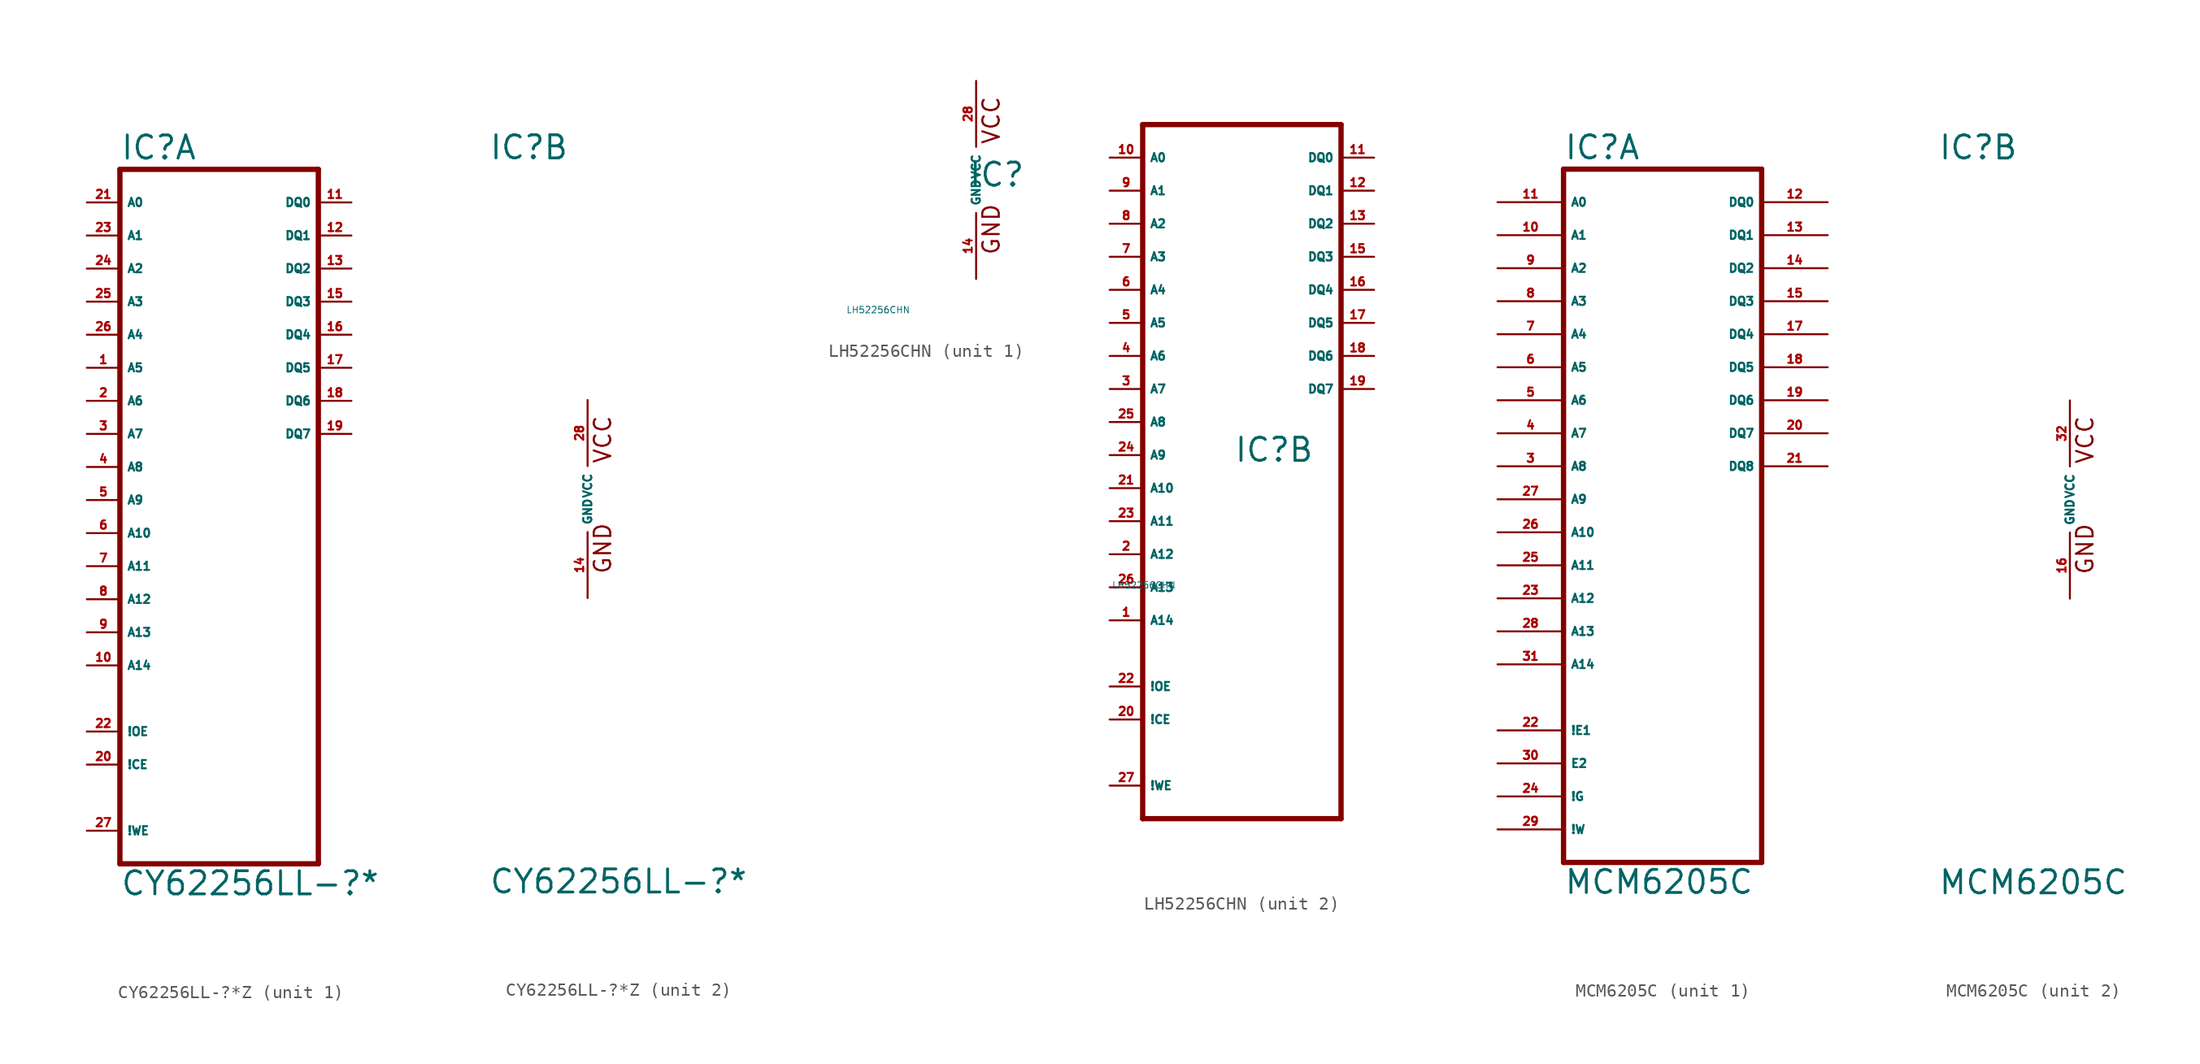
<source format=kicad_sym>
(kicad_symbol_lib
  (version 20220914)
  (generator Eagle2Kicad)
  (symbol "CY62256LL-?*Z"
    (property "Reference" "IC"
      (at -7.62 26.035 0)
      (effects (font (size 1.778 1.778) (thickness 0.22)) (justify left bottom)))
    (property "Value" "CY62256LL-?*"
      (at -7.62 -30.48 0)
      (effects (font (size 1.778 1.778) (thickness 0.22)) (justify left bottom)))
    (symbol "CY62256LL-?*Z_1_0"
      (polyline (pts (xy -7.62 25.4) (xy -7.62 -27.94)) (stroke (width 0.406) (type default)) (fill (type none)))
      (polyline (pts (xy 7.62 -27.94) (xy -7.62 -27.94)) (stroke (width 0.406) (type default)) (fill (type none)))
      (polyline (pts (xy 7.62 -27.94) (xy 7.62 25.4)) (stroke (width 0.406) (type default)) (fill (type none)))
      (polyline (pts (xy -7.62 25.4) (xy 7.62 25.4)) (stroke (width 0.406) (type default)) (fill (type none)))
      (pin input line (at -10.16 22.86 0) (length 2.54) (name "A0" (effects (font (size 0.635 0.635) (thickness 0.08)) (justify left bottom))) (number "21" (effects (font (size 0.635 0.635) (thickness 0.08)) (justify left bottom))))
      (pin input line (at -10.16 20.32 0) (length 2.54) (name "A1" (effects (font (size 0.635 0.635) (thickness 0.08)) (justify left bottom))) (number "23" (effects (font (size 0.635 0.635) (thickness 0.08)) (justify left bottom))))
      (pin input line (at -10.16 17.78 0) (length 2.54) (name "A2" (effects (font (size 0.635 0.635) (thickness 0.08)) (justify left bottom))) (number "24" (effects (font (size 0.635 0.635) (thickness 0.08)) (justify left bottom))))
      (pin input line (at -10.16 15.24 0) (length 2.54) (name "A3" (effects (font (size 0.635 0.635) (thickness 0.08)) (justify left bottom))) (number "25" (effects (font (size 0.635 0.635) (thickness 0.08)) (justify left bottom))))
      (pin input line (at -10.16 12.7 0) (length 2.54) (name "A4" (effects (font (size 0.635 0.635) (thickness 0.08)) (justify left bottom))) (number "26" (effects (font (size 0.635 0.635) (thickness 0.08)) (justify left bottom))))
      (pin input line (at -10.16 10.16 0) (length 2.54) (name "A5" (effects (font (size 0.635 0.635) (thickness 0.08)) (justify left bottom))) (number "1" (effects (font (size 0.635 0.635) (thickness 0.08)) (justify left bottom))))
      (pin input line (at -10.16 7.62 0) (length 2.54) (name "A6" (effects (font (size 0.635 0.635) (thickness 0.08)) (justify left bottom))) (number "2" (effects (font (size 0.635 0.635) (thickness 0.08)) (justify left bottom))))
      (pin input line (at -10.16 5.08 0) (length 2.54) (name "A7" (effects (font (size 0.635 0.635) (thickness 0.08)) (justify left bottom))) (number "3" (effects (font (size 0.635 0.635) (thickness 0.08)) (justify left bottom))))
      (pin input line (at -10.16 2.54 0) (length 2.54) (name "A8" (effects (font (size 0.635 0.635) (thickness 0.08)) (justify left bottom))) (number "4" (effects (font (size 0.635 0.635) (thickness 0.08)) (justify left bottom))))
      (pin bidirectional line (at 10.16 22.86 180) (length 2.54) (name "DQ0" (effects (font (size 0.635 0.635) (thickness 0.08)) (justify left bottom))) (number "11" (effects (font (size 0.635 0.635) (thickness 0.08)) (justify left bottom))))
      (pin bidirectional line (at 10.16 20.32 180) (length 2.54) (name "DQ1" (effects (font (size 0.635 0.635) (thickness 0.08)) (justify left bottom))) (number "12" (effects (font (size 0.635 0.635) (thickness 0.08)) (justify left bottom))))
      (pin bidirectional line (at 10.16 17.78 180) (length 2.54) (name "DQ2" (effects (font (size 0.635 0.635) (thickness 0.08)) (justify left bottom))) (number "13" (effects (font (size 0.635 0.635) (thickness 0.08)) (justify left bottom))))
      (pin bidirectional line (at 10.16 15.24 180) (length 2.54) (name "DQ3" (effects (font (size 0.635 0.635) (thickness 0.08)) (justify left bottom))) (number "15" (effects (font (size 0.635 0.635) (thickness 0.08)) (justify left bottom))))
      (pin bidirectional line (at 10.16 12.7 180) (length 2.54) (name "DQ4" (effects (font (size 0.635 0.635) (thickness 0.08)) (justify left bottom))) (number "16" (effects (font (size 0.635 0.635) (thickness 0.08)) (justify left bottom))))
      (pin bidirectional line (at 10.16 10.16 180) (length 2.54) (name "DQ5" (effects (font (size 0.635 0.635) (thickness 0.08)) (justify left bottom))) (number "17" (effects (font (size 0.635 0.635) (thickness 0.08)) (justify left bottom))))
      (pin bidirectional line (at 10.16 7.62 180) (length 2.54) (name "DQ6" (effects (font (size 0.635 0.635) (thickness 0.08)) (justify left bottom))) (number "18" (effects (font (size 0.635 0.635) (thickness 0.08)) (justify left bottom))))
      (pin bidirectional line (at 10.16 5.08 180) (length 2.54) (name "DQ7" (effects (font (size 0.635 0.635) (thickness 0.08)) (justify left bottom))) (number "19" (effects (font (size 0.635 0.635) (thickness 0.08)) (justify left bottom))))
      (pin input line (at -10.16 0 0) (length 2.54) (name "A9" (effects (font (size 0.635 0.635) (thickness 0.08)) (justify left bottom))) (number "5" (effects (font (size 0.635 0.635) (thickness 0.08)) (justify left bottom))))
      (pin input line (at -10.16 -2.54 0) (length 2.54) (name "A10" (effects (font (size 0.635 0.635) (thickness 0.08)) (justify left bottom))) (number "6" (effects (font (size 0.635 0.635) (thickness 0.08)) (justify left bottom))))
      (pin input line (at -10.16 -5.08 0) (length 2.54) (name "A11" (effects (font (size 0.635 0.635) (thickness 0.08)) (justify left bottom))) (number "7" (effects (font (size 0.635 0.635) (thickness 0.08)) (justify left bottom))))
      (pin input line (at -10.16 -7.62 0) (length 2.54) (name "A12" (effects (font (size 0.635 0.635) (thickness 0.08)) (justify left bottom))) (number "8" (effects (font (size 0.635 0.635) (thickness 0.08)) (justify left bottom))))
      (pin input line (at -10.16 -10.16 0) (length 2.54) (name "A13" (effects (font (size 0.635 0.635) (thickness 0.08)) (justify left bottom))) (number "9" (effects (font (size 0.635 0.635) (thickness 0.08)) (justify left bottom))))
      (pin input line (at -10.16 -12.7 0) (length 2.54) (name "A14" (effects (font (size 0.635 0.635) (thickness 0.08)) (justify left bottom))) (number "10" (effects (font (size 0.635 0.635) (thickness 0.08)) (justify left bottom))))
      (pin input line (at -10.16 -17.78 0) (length 2.54) (name "!OE" (effects (font (size 0.635 0.635) (thickness 0.08)) (justify left bottom))) (number "22" (effects (font (size 0.635 0.635) (thickness 0.08)) (justify left bottom))))
      (pin input line (at -10.16 -25.4 0) (length 2.54) (name "!WE" (effects (font (size 0.635 0.635) (thickness 0.08)) (justify left bottom))) (number "27" (effects (font (size 0.635 0.635) (thickness 0.08)) (justify left bottom))))
      (pin input line (at -10.16 -20.32 0) (length 2.54) (name "!CE" (effects (font (size 0.635 0.635) (thickness 0.08)) (justify left bottom))) (number "20" (effects (font (size 0.635 0.635) (thickness 0.08)) (justify left bottom)))))
    (symbol "CY62256LL-?*Z_2_0"
      (text "GND" (at 1.905 -5.842 900) (effects (font (size 1.27 1.27) (thickness 0.16)) (justify left bottom)))
      (text "VCC" (at 1.905 2.667 900) (effects (font (size 1.27 1.27) (thickness 0.16)) (justify left bottom)))
      (pin unspecified line (at 0 -7.62 90) (length 5.08) (name "GND" (effects (font (size 0.635 0.635) (thickness 0.08)) (justify left bottom))) (number "14" (effects (font (size 0.635 0.635) (thickness 0.08)) (justify left bottom))))
      (pin unspecified line (at 0 7.62 270) (length 5.08) (name "VCC" (effects (font (size 0.635 0.635) (thickness 0.08)) (justify left bottom))) (number "28" (effects (font (size 0.635 0.635) (thickness 0.08)) (justify left bottom))))))
  (symbol "LH52256CHN"
    (property "Reference" "IC"
      (at -0.635 -0.635 0)
      (effects (font (size 1.778 1.778) (thickness 0.22)) (justify left bottom)))
    (property "Value" "LH52256CHN"
      (at -10 -10 0)
      (effects (font (size 0.5 0.5) (thickness 0.06)) (justify left)))
    (symbol "LH52256CHN_1_0"
      (text "GND" (at 1.905 -5.842 900) (effects (font (size 1.27 1.27) (thickness 0.16)) (justify left bottom)))
      (text "VCC" (at 1.905 2.667 900) (effects (font (size 1.27 1.27) (thickness 0.16)) (justify left bottom)))
      (pin unspecified line (at 0 -7.62 90) (length 5.08) (name "GND" (effects (font (size 0.635 0.635) (thickness 0.08)) (justify left bottom))) (number "14" (effects (font (size 0.635 0.635) (thickness 0.08)) (justify left bottom))))
      (pin unspecified line (at 0 7.62 270) (length 5.08) (name "VCC" (effects (font (size 0.635 0.635) (thickness 0.08)) (justify left bottom))) (number "28" (effects (font (size 0.635 0.635) (thickness 0.08)) (justify left bottom)))))
    (symbol "LH52256CHN_2_0"
      (polyline (pts (xy -7.62 25.4) (xy -7.62 -27.94)) (stroke (width 0.406) (type default)) (fill (type none)))
      (polyline (pts (xy 7.62 -27.94) (xy -7.62 -27.94)) (stroke (width 0.406) (type default)) (fill (type none)))
      (polyline (pts (xy 7.62 -27.94) (xy 7.62 25.4)) (stroke (width 0.406) (type default)) (fill (type none)))
      (polyline (pts (xy -7.62 25.4) (xy 7.62 25.4)) (stroke (width 0.406) (type default)) (fill (type none)))
      (pin input line (at -10.16 22.86 0) (length 2.54) (name "A0" (effects (font (size 0.635 0.635) (thickness 0.08)) (justify left bottom))) (number "10" (effects (font (size 0.635 0.635) (thickness 0.08)) (justify left bottom))))
      (pin input line (at -10.16 20.32 0) (length 2.54) (name "A1" (effects (font (size 0.635 0.635) (thickness 0.08)) (justify left bottom))) (number "9" (effects (font (size 0.635 0.635) (thickness 0.08)) (justify left bottom))))
      (pin input line (at -10.16 17.78 0) (length 2.54) (name "A2" (effects (font (size 0.635 0.635) (thickness 0.08)) (justify left bottom))) (number "8" (effects (font (size 0.635 0.635) (thickness 0.08)) (justify left bottom))))
      (pin input line (at -10.16 15.24 0) (length 2.54) (name "A3" (effects (font (size 0.635 0.635) (thickness 0.08)) (justify left bottom))) (number "7" (effects (font (size 0.635 0.635) (thickness 0.08)) (justify left bottom))))
      (pin input line (at -10.16 12.7 0) (length 2.54) (name "A4" (effects (font (size 0.635 0.635) (thickness 0.08)) (justify left bottom))) (number "6" (effects (font (size 0.635 0.635) (thickness 0.08)) (justify left bottom))))
      (pin input line (at -10.16 10.16 0) (length 2.54) (name "A5" (effects (font (size 0.635 0.635) (thickness 0.08)) (justify left bottom))) (number "5" (effects (font (size 0.635 0.635) (thickness 0.08)) (justify left bottom))))
      (pin input line (at -10.16 7.62 0) (length 2.54) (name "A6" (effects (font (size 0.635 0.635) (thickness 0.08)) (justify left bottom))) (number "4" (effects (font (size 0.635 0.635) (thickness 0.08)) (justify left bottom))))
      (pin input line (at -10.16 5.08 0) (length 2.54) (name "A7" (effects (font (size 0.635 0.635) (thickness 0.08)) (justify left bottom))) (number "3" (effects (font (size 0.635 0.635) (thickness 0.08)) (justify left bottom))))
      (pin input line (at -10.16 2.54 0) (length 2.54) (name "A8" (effects (font (size 0.635 0.635) (thickness 0.08)) (justify left bottom))) (number "25" (effects (font (size 0.635 0.635) (thickness 0.08)) (justify left bottom))))
      (pin bidirectional line (at 10.16 22.86 180) (length 2.54) (name "DQ0" (effects (font (size 0.635 0.635) (thickness 0.08)) (justify left bottom))) (number "11" (effects (font (size 0.635 0.635) (thickness 0.08)) (justify left bottom))))
      (pin bidirectional line (at 10.16 20.32 180) (length 2.54) (name "DQ1" (effects (font (size 0.635 0.635) (thickness 0.08)) (justify left bottom))) (number "12" (effects (font (size 0.635 0.635) (thickness 0.08)) (justify left bottom))))
      (pin bidirectional line (at 10.16 17.78 180) (length 2.54) (name "DQ2" (effects (font (size 0.635 0.635) (thickness 0.08)) (justify left bottom))) (number "13" (effects (font (size 0.635 0.635) (thickness 0.08)) (justify left bottom))))
      (pin bidirectional line (at 10.16 15.24 180) (length 2.54) (name "DQ3" (effects (font (size 0.635 0.635) (thickness 0.08)) (justify left bottom))) (number "15" (effects (font (size 0.635 0.635) (thickness 0.08)) (justify left bottom))))
      (pin bidirectional line (at 10.16 12.7 180) (length 2.54) (name "DQ4" (effects (font (size 0.635 0.635) (thickness 0.08)) (justify left bottom))) (number "16" (effects (font (size 0.635 0.635) (thickness 0.08)) (justify left bottom))))
      (pin bidirectional line (at 10.16 10.16 180) (length 2.54) (name "DQ5" (effects (font (size 0.635 0.635) (thickness 0.08)) (justify left bottom))) (number "17" (effects (font (size 0.635 0.635) (thickness 0.08)) (justify left bottom))))
      (pin bidirectional line (at 10.16 7.62 180) (length 2.54) (name "DQ6" (effects (font (size 0.635 0.635) (thickness 0.08)) (justify left bottom))) (number "18" (effects (font (size 0.635 0.635) (thickness 0.08)) (justify left bottom))))
      (pin bidirectional line (at 10.16 5.08 180) (length 2.54) (name "DQ7" (effects (font (size 0.635 0.635) (thickness 0.08)) (justify left bottom))) (number "19" (effects (font (size 0.635 0.635) (thickness 0.08)) (justify left bottom))))
      (pin input line (at -10.16 0 0) (length 2.54) (name "A9" (effects (font (size 0.635 0.635) (thickness 0.08)) (justify left bottom))) (number "24" (effects (font (size 0.635 0.635) (thickness 0.08)) (justify left bottom))))
      (pin input line (at -10.16 -2.54 0) (length 2.54) (name "A10" (effects (font (size 0.635 0.635) (thickness 0.08)) (justify left bottom))) (number "21" (effects (font (size 0.635 0.635) (thickness 0.08)) (justify left bottom))))
      (pin input line (at -10.16 -5.08 0) (length 2.54) (name "A11" (effects (font (size 0.635 0.635) (thickness 0.08)) (justify left bottom))) (number "23" (effects (font (size 0.635 0.635) (thickness 0.08)) (justify left bottom))))
      (pin input line (at -10.16 -7.62 0) (length 2.54) (name "A12" (effects (font (size 0.635 0.635) (thickness 0.08)) (justify left bottom))) (number "2" (effects (font (size 0.635 0.635) (thickness 0.08)) (justify left bottom))))
      (pin input line (at -10.16 -10.16 0) (length 2.54) (name "A13" (effects (font (size 0.635 0.635) (thickness 0.08)) (justify left bottom))) (number "26" (effects (font (size 0.635 0.635) (thickness 0.08)) (justify left bottom))))
      (pin input line (at -10.16 -12.7 0) (length 2.54) (name "A14" (effects (font (size 0.635 0.635) (thickness 0.08)) (justify left bottom))) (number "1" (effects (font (size 0.635 0.635) (thickness 0.08)) (justify left bottom))))
      (pin input line (at -10.16 -17.78 0) (length 2.54) (name "!OE" (effects (font (size 0.635 0.635) (thickness 0.08)) (justify left bottom))) (number "22" (effects (font (size 0.635 0.635) (thickness 0.08)) (justify left bottom))))
      (pin input line (at -10.16 -25.4 0) (length 2.54) (name "!WE" (effects (font (size 0.635 0.635) (thickness 0.08)) (justify left bottom))) (number "27" (effects (font (size 0.635 0.635) (thickness 0.08)) (justify left bottom))))
      (pin input line (at -10.16 -20.32 0) (length 2.54) (name "!CE" (effects (font (size 0.635 0.635) (thickness 0.08)) (justify left bottom))) (number "20" (effects (font (size 0.635 0.635) (thickness 0.08)) (justify left bottom))))))
  (symbol "MCM6205C"
    (property "Reference" "IC"
      (at -10.16 26.035 0)
      (effects (font (size 1.778 1.778) (thickness 0.22)) (justify left bottom)))
    (property "Value" "MCM6205C"
      (at -10.16 -30.48 0)
      (effects (font (size 1.778 1.778) (thickness 0.22)) (justify left bottom)))
    (symbol "MCM6205C_1_0"
      (polyline (pts (xy -10.16 25.4) (xy -10.16 -27.94)) (stroke (width 0.406) (type default)) (fill (type none)))
      (polyline (pts (xy 5.08 -27.94) (xy -10.16 -27.94)) (stroke (width 0.406) (type default)) (fill (type none)))
      (polyline (pts (xy 5.08 -27.94) (xy 5.08 25.4)) (stroke (width 0.406) (type default)) (fill (type none)))
      (polyline (pts (xy -10.16 25.4) (xy 5.08 25.4)) (stroke (width 0.406) (type default)) (fill (type none)))
      (pin input line (at -15.24 22.86 0) (length 5.08) (name "A0" (effects (font (size 0.635 0.635) (thickness 0.08)) (justify left bottom))) (number "11" (effects (font (size 0.635 0.635) (thickness 0.08)) (justify left bottom))))
      (pin input line (at -15.24 20.32 0) (length 5.08) (name "A1" (effects (font (size 0.635 0.635) (thickness 0.08)) (justify left bottom))) (number "10" (effects (font (size 0.635 0.635) (thickness 0.08)) (justify left bottom))))
      (pin input line (at -15.24 17.78 0) (length 5.08) (name "A2" (effects (font (size 0.635 0.635) (thickness 0.08)) (justify left bottom))) (number "9" (effects (font (size 0.635 0.635) (thickness 0.08)) (justify left bottom))))
      (pin input line (at -15.24 15.24 0) (length 5.08) (name "A3" (effects (font (size 0.635 0.635) (thickness 0.08)) (justify left bottom))) (number "8" (effects (font (size 0.635 0.635) (thickness 0.08)) (justify left bottom))))
      (pin input line (at -15.24 12.7 0) (length 5.08) (name "A4" (effects (font (size 0.635 0.635) (thickness 0.08)) (justify left bottom))) (number "7" (effects (font (size 0.635 0.635) (thickness 0.08)) (justify left bottom))))
      (pin input line (at -15.24 10.16 0) (length 5.08) (name "A5" (effects (font (size 0.635 0.635) (thickness 0.08)) (justify left bottom))) (number "6" (effects (font (size 0.635 0.635) (thickness 0.08)) (justify left bottom))))
      (pin input line (at -15.24 7.62 0) (length 5.08) (name "A6" (effects (font (size 0.635 0.635) (thickness 0.08)) (justify left bottom))) (number "5" (effects (font (size 0.635 0.635) (thickness 0.08)) (justify left bottom))))
      (pin input line (at -15.24 5.08 0) (length 5.08) (name "A7" (effects (font (size 0.635 0.635) (thickness 0.08)) (justify left bottom))) (number "4" (effects (font (size 0.635 0.635) (thickness 0.08)) (justify left bottom))))
      (pin input line (at -15.24 2.54 0) (length 5.08) (name "A8" (effects (font (size 0.635 0.635) (thickness 0.08)) (justify left bottom))) (number "3" (effects (font (size 0.635 0.635) (thickness 0.08)) (justify left bottom))))
      (pin bidirectional line (at 10.16 22.86 180) (length 5.08) (name "DQ0" (effects (font (size 0.635 0.635) (thickness 0.08)) (justify left bottom))) (number "12" (effects (font (size 0.635 0.635) (thickness 0.08)) (justify left bottom))))
      (pin bidirectional line (at 10.16 20.32 180) (length 5.08) (name "DQ1" (effects (font (size 0.635 0.635) (thickness 0.08)) (justify left bottom))) (number "13" (effects (font (size 0.635 0.635) (thickness 0.08)) (justify left bottom))))
      (pin bidirectional line (at 10.16 17.78 180) (length 5.08) (name "DQ2" (effects (font (size 0.635 0.635) (thickness 0.08)) (justify left bottom))) (number "14" (effects (font (size 0.635 0.635) (thickness 0.08)) (justify left bottom))))
      (pin bidirectional line (at 10.16 15.24 180) (length 5.08) (name "DQ3" (effects (font (size 0.635 0.635) (thickness 0.08)) (justify left bottom))) (number "15" (effects (font (size 0.635 0.635) (thickness 0.08)) (justify left bottom))))
      (pin bidirectional line (at 10.16 12.7 180) (length 5.08) (name "DQ4" (effects (font (size 0.635 0.635) (thickness 0.08)) (justify left bottom))) (number "17" (effects (font (size 0.635 0.635) (thickness 0.08)) (justify left bottom))))
      (pin bidirectional line (at 10.16 10.16 180) (length 5.08) (name "DQ5" (effects (font (size 0.635 0.635) (thickness 0.08)) (justify left bottom))) (number "18" (effects (font (size 0.635 0.635) (thickness 0.08)) (justify left bottom))))
      (pin bidirectional line (at 10.16 7.62 180) (length 5.08) (name "DQ6" (effects (font (size 0.635 0.635) (thickness 0.08)) (justify left bottom))) (number "19" (effects (font (size 0.635 0.635) (thickness 0.08)) (justify left bottom))))
      (pin bidirectional line (at 10.16 5.08 180) (length 5.08) (name "DQ7" (effects (font (size 0.635 0.635) (thickness 0.08)) (justify left bottom))) (number "20" (effects (font (size 0.635 0.635) (thickness 0.08)) (justify left bottom))))
      (pin input line (at -15.24 0 0) (length 5.08) (name "A9" (effects (font (size 0.635 0.635) (thickness 0.08)) (justify left bottom))) (number "27" (effects (font (size 0.635 0.635) (thickness 0.08)) (justify left bottom))))
      (pin input line (at -15.24 -2.54 0) (length 5.08) (name "A10" (effects (font (size 0.635 0.635) (thickness 0.08)) (justify left bottom))) (number "26" (effects (font (size 0.635 0.635) (thickness 0.08)) (justify left bottom))))
      (pin input line (at -15.24 -5.08 0) (length 5.08) (name "A11" (effects (font (size 0.635 0.635) (thickness 0.08)) (justify left bottom))) (number "25" (effects (font (size 0.635 0.635) (thickness 0.08)) (justify left bottom))))
      (pin input line (at -15.24 -7.62 0) (length 5.08) (name "A12" (effects (font (size 0.635 0.635) (thickness 0.08)) (justify left bottom))) (number "23" (effects (font (size 0.635 0.635) (thickness 0.08)) (justify left bottom))))
      (pin input line (at -15.24 -10.16 0) (length 5.08) (name "A13" (effects (font (size 0.635 0.635) (thickness 0.08)) (justify left bottom))) (number "28" (effects (font (size 0.635 0.635) (thickness 0.08)) (justify left bottom))))
      (pin input line (at -15.24 -12.7 0) (length 5.08) (name "A14" (effects (font (size 0.635 0.635) (thickness 0.08)) (justify left bottom))) (number "31" (effects (font (size 0.635 0.635) (thickness 0.08)) (justify left bottom))))
      (pin input line (at -15.24 -17.78 0) (length 5.08) (name "!E1" (effects (font (size 0.635 0.635) (thickness 0.08)) (justify left bottom))) (number "22" (effects (font (size 0.635 0.635) (thickness 0.08)) (justify left bottom))))
      (pin input line (at -15.24 -22.86 0) (length 5.08) (name "!G" (effects (font (size 0.635 0.635) (thickness 0.08)) (justify left bottom))) (number "24" (effects (font (size 0.635 0.635) (thickness 0.08)) (justify left bottom))))
      (pin input line (at -15.24 -25.4 0) (length 5.08) (name "!W" (effects (font (size 0.635 0.635) (thickness 0.08)) (justify left bottom))) (number "29" (effects (font (size 0.635 0.635) (thickness 0.08)) (justify left bottom))))
      (pin bidirectional line (at 10.16 2.54 180) (length 5.08) (name "DQ8" (effects (font (size 0.635 0.635) (thickness 0.08)) (justify left bottom))) (number "21" (effects (font (size 0.635 0.635) (thickness 0.08)) (justify left bottom))))
      (pin input line (at -15.24 -20.32 0) (length 5.08) (name "E2" (effects (font (size 0.635 0.635) (thickness 0.08)) (justify left bottom))) (number "30" (effects (font (size 0.635 0.635) (thickness 0.08)) (justify left bottom)))))
    (symbol "MCM6205C_2_0"
      (text "GND" (at 1.905 -5.842 900) (effects (font (size 1.27 1.27) (thickness 0.16)) (justify left bottom)))
      (text "VCC" (at 1.905 2.667 900) (effects (font (size 1.27 1.27) (thickness 0.16)) (justify left bottom)))
      (pin unspecified line (at 0 -7.62 90) (length 5.08) (name "GND" (effects (font (size 0.635 0.635) (thickness 0.08)) (justify left bottom))) (number "16" (effects (font (size 0.635 0.635) (thickness 0.08)) (justify left bottom))))
      (pin unspecified line (at 0 7.62 270) (length 5.08) (name "VCC" (effects (font (size 0.635 0.635) (thickness 0.08)) (justify left bottom))) (number "32" (effects (font (size 0.635 0.635) (thickness 0.08)) (justify left bottom)))))))
</source>
